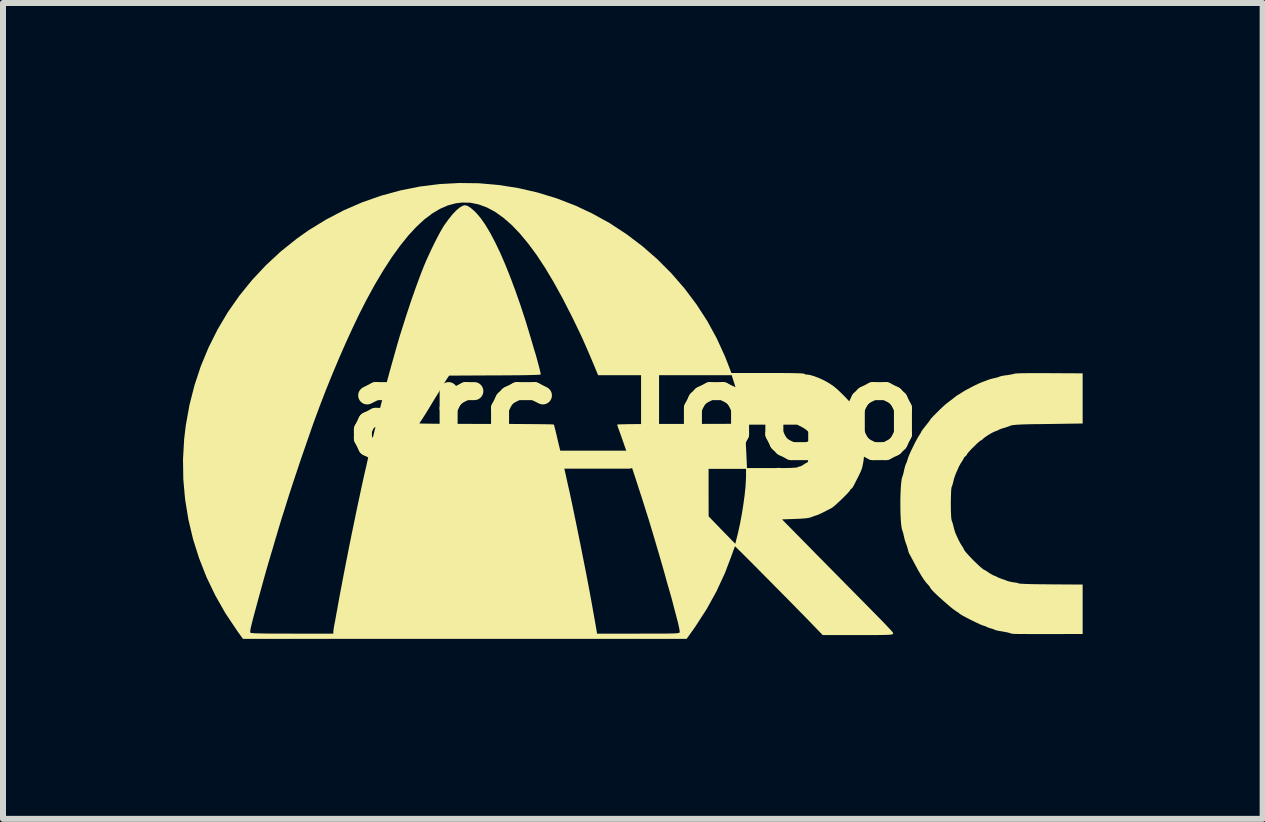
<source format=kicad_pcb>
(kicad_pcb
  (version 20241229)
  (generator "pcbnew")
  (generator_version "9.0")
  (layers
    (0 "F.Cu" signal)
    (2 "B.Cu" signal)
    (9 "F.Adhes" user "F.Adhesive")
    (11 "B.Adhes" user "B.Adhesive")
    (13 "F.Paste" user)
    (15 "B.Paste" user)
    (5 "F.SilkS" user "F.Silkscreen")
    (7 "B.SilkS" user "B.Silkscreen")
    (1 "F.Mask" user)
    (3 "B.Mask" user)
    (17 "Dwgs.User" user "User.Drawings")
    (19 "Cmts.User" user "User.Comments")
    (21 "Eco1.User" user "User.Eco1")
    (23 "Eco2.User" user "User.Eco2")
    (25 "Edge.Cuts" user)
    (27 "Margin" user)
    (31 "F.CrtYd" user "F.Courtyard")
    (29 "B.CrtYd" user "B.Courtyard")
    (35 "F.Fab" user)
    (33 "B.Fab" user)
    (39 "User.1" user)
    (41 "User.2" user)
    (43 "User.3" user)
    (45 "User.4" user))
  (footprint "arc_logo"
    (layer "F.Cu")
    (at 7.498 3.79)
    (property "Reference" "arc_logo" (at 0 0 0) (layer "F.SilkS") (effects (font (size 1.5 1.5) (thickness 0.3))))
    (attr board_only exclude_from_pos_files exclude_from_bom)
    (fp_poly (pts (xy 6.92 -0.621) (xy 6.94 -0.621) (xy 7.495 -0.618) (xy 7.495 -0.2) (xy 7.495 0.218) (xy 6.927 0.226) (xy 6.789 0.228) (xy 6.674 0.229) (xy 6.579 0.231) (xy 6.502 0.233) (xy 6.441 0.236) (xy 6.392 0.239) (xy 6.355 0.242) (xy 6.326 0.246) (xy 6.303 0.251) (xy 6.285 0.257) (xy 6.272 0.263) (xy 6.246 0.272) (xy 6.207 0.285) (xy 6.18 0.293) (xy 6.14 0.305) (xy 6.11 0.317) (xy 6.099 0.323) (xy 6.078 0.333) (xy 6.046 0.346) (xy 6.036 0.349) (xy 6.003 0.364) (xy 5.96 0.387) (xy 5.914 0.415) (xy 5.871 0.444) (xy 5.839 0.469) (xy 5.825 0.484) (xy 5.807 0.498) (xy 5.8 0.499) (xy 5.786 0.508) (xy 5.758 0.531) (xy 5.723 0.563) (xy 5.683 0.602) (xy 5.643 0.642) (xy 5.608 0.68) (xy 5.581 0.71) (xy 5.568 0.73) (xy 5.567 0.733) (xy 5.557 0.751) (xy 5.542 0.764) (xy 5.522 0.78) (xy 5.517 0.79) (xy 5.51 0.806) (xy 5.494 0.834) (xy 5.482 0.853) (xy 5.458 0.89) (xy 5.439 0.925) (xy 5.433 0.936) (xy 5.401 1.008) (xy 5.378 1.062) (xy 5.362 1.106) (xy 5.35 1.143) (xy 5.343 1.173) (xy 5.332 1.218) (xy 5.32 1.256) (xy 5.313 1.272) (xy 5.307 1.298) (xy 5.303 1.35) (xy 5.3 1.426) (xy 5.298 1.527) (xy 5.298 1.554) (xy 5.299 1.661) (xy 5.302 1.743) (xy 5.306 1.8) (xy 5.312 1.832) (xy 5.313 1.836) (xy 5.324 1.865) (xy 5.336 1.907) (xy 5.343 1.935) (xy 5.355 1.983) (xy 5.369 2.028) (xy 5.376 2.047) (xy 5.408 2.118) (xy 5.433 2.171) (xy 5.455 2.212) (xy 5.477 2.248) (xy 5.482 2.255) (xy 5.502 2.287) (xy 5.515 2.311) (xy 5.517 2.318) (xy 5.526 2.334) (xy 5.549 2.364) (xy 5.585 2.404) (xy 5.628 2.45) (xy 5.675 2.499) (xy 5.724 2.546) (xy 5.77 2.59) (xy 5.81 2.625) (xy 5.84 2.649) (xy 5.857 2.658) (xy 5.857 2.658) (xy 5.872 2.665) (xy 5.9 2.682) (xy 5.926 2.701) (xy 5.965 2.726) (xy 6 2.745) (xy 6.017 2.752) (xy 6.052 2.766) (xy 6.072 2.777) (xy 6.1 2.79) (xy 6.139 2.805) (xy 6.147 2.808) (xy 6.19 2.822) (xy 6.23 2.837) (xy 6.235 2.84) (xy 6.268 2.85) (xy 6.314 2.86) (xy 6.347 2.865) (xy 6.389 2.871) (xy 6.422 2.879) (xy 6.435 2.885) (xy 6.45 2.887) (xy 6.488 2.889) (xy 6.545 2.892) (xy 6.619 2.894) (xy 6.707 2.896) (xy 6.806 2.897) (xy 6.915 2.898) (xy 6.972 2.899) (xy 7.495 2.902) (xy 7.495 3.314) (xy 7.495 3.726) (xy 6.934 3.727) (xy 6.816 3.727) (xy 6.705 3.727) (xy 6.604 3.727) (xy 6.515 3.726) (xy 6.44 3.726) (xy 6.384 3.725) (xy 6.347 3.724) (xy 6.334 3.724) (xy 6.298 3.716) (xy 6.272 3.708) (xy 6.248 3.701) (xy 6.207 3.693) (xy 6.158 3.684) (xy 6.147 3.682) (xy 6.099 3.674) (xy 6.06 3.666) (xy 6.037 3.659) (xy 6.035 3.658) (xy 6.016 3.649) (xy 5.983 3.638) (xy 5.966 3.633) (xy 5.93 3.622) (xy 5.903 3.611) (xy 5.898 3.608) (xy 5.877 3.598) (xy 5.848 3.589) (xy 5.822 3.58) (xy 5.78 3.563) (xy 5.728 3.538) (xy 5.67 3.51) (xy 5.609 3.48) (xy 5.552 3.45) (xy 5.502 3.424) (xy 5.465 3.402) (xy 5.445 3.388) (xy 5.443 3.386) (xy 5.428 3.373) (xy 5.405 3.359) (xy 5.372 3.337) (xy 5.328 3.304) (xy 5.276 3.262) (xy 5.219 3.213) (xy 5.161 3.162) (xy 5.104 3.111) (xy 5.052 3.062) (xy 5.008 3.019) (xy 4.976 2.984) (xy 4.958 2.961) (xy 4.955 2.954) (xy 4.947 2.938) (xy 4.928 2.915) (xy 4.927 2.914) (xy 4.888 2.871) (xy 4.848 2.818) (xy 4.805 2.751) (xy 4.756 2.668) (xy 4.701 2.566) (xy 4.684 2.534) (xy 4.656 2.481) (xy 4.632 2.437) (xy 4.615 2.405) (xy 4.606 2.39) (xy 4.598 2.372) (xy 4.587 2.338) (xy 4.582 2.315) (xy 4.569 2.27) (xy 4.555 2.229) (xy 4.549 2.215) (xy 4.538 2.182) (xy 4.525 2.136) (xy 4.518 2.104) (xy 4.508 2.061) (xy 4.499 2.026) (xy 4.493 2.01) (xy 4.482 1.976) (xy 4.473 1.921) (xy 4.466 1.85) (xy 4.461 1.765) (xy 4.458 1.672) (xy 4.457 1.574) (xy 4.457 1.475) (xy 4.46 1.379) (xy 4.464 1.291) (xy 4.47 1.214) (xy 4.478 1.151) (xy 4.488 1.108) (xy 4.493 1.097) (xy 4.501 1.075) (xy 4.511 1.036) (xy 4.519 0.997) (xy 4.53 0.951) (xy 4.541 0.913) (xy 4.55 0.892) (xy 4.562 0.865) (xy 4.575 0.826) (xy 4.579 0.81) (xy 4.59 0.778) (xy 4.61 0.729) (xy 4.637 0.669) (xy 4.669 0.604) (xy 4.701 0.539) (xy 4.733 0.479) (xy 4.761 0.43) (xy 4.78 0.401) (xy 4.797 0.374) (xy 4.805 0.356) (xy 4.805 0.355) (xy 4.813 0.342) (xy 4.833 0.314) (xy 4.862 0.277) (xy 4.88 0.254) (xy 4.913 0.213) (xy 4.938 0.18) (xy 4.953 0.158) (xy 4.955 0.153) (xy 4.964 0.141) (xy 4.987 0.115) (xy 5.021 0.08) (xy 5.062 0.039) (xy 5.105 -0.004) (xy 5.148 -0.045) (xy 5.186 -0.08) (xy 5.216 -0.106) (xy 5.227 -0.115) (xy 5.256 -0.137) (xy 5.297 -0.169) (xy 5.34 -0.202) (xy 5.341 -0.203) (xy 5.377 -0.231) (xy 5.406 -0.252) (xy 5.421 -0.262) (xy 5.422 -0.262) (xy 5.436 -0.269) (xy 5.463 -0.286) (xy 5.489 -0.303) (xy 5.524 -0.325) (xy 5.575 -0.353) (xy 5.634 -0.384) (xy 5.695 -0.416) (xy 5.754 -0.444) (xy 5.804 -0.466) (xy 5.838 -0.479) (xy 5.841 -0.48) (xy 5.875 -0.492) (xy 5.913 -0.507) (xy 5.948 -0.519) (xy 5.995 -0.532) (xy 6.025 -0.539) (xy 6.066 -0.548) (xy 6.098 -0.558) (xy 6.111 -0.564) (xy 6.129 -0.57) (xy 6.165 -0.578) (xy 6.213 -0.585) (xy 6.23 -0.587) (xy 6.281 -0.595) (xy 6.325 -0.603) (xy 6.355 -0.611) (xy 6.359 -0.613) (xy 6.378 -0.615) (xy 6.42 -0.618) (xy 6.483 -0.62) (xy 6.567 -0.621) (xy 6.669 -0.622) (xy 6.787 -0.622)) (stroke (width 0) (type solid)) (fill yes) (layer "F.SilkS"))
    (fp_poly (pts (xy -2.567 -3.786) (xy -2.238 -3.757) (xy -1.911 -3.706) (xy -1.587 -3.631) (xy -1.267 -3.533) (xy -0.952 -3.411) (xy -0.68 -3.283) (xy -0.388 -3.122) (xy -0.109 -2.939) (xy 0.157 -2.738) (xy 0.408 -2.519) (xy 0.642 -2.284) (xy 0.86 -2.033) (xy 1.058 -1.769) (xy 1.238 -1.492) (xy 1.396 -1.203) (xy 1.532 -0.905) (xy 1.573 -0.802) (xy 1.641 -0.624) (xy 2.243 -0.624) (xy 2.396 -0.624) (xy 2.527 -0.623) (xy 2.638 -0.622) (xy 2.726 -0.62) (xy 2.792 -0.618) (xy 2.834 -0.615) (xy 2.852 -0.612) (xy 2.852 -0.612) (xy 2.869 -0.602) (xy 2.888 -0.599) (xy 2.945 -0.592) (xy 3.016 -0.572) (xy 3.096 -0.542) (xy 3.179 -0.504) (xy 3.259 -0.46) (xy 3.331 -0.413) (xy 3.351 -0.398) (xy 3.399 -0.358) (xy 3.455 -0.306) (xy 3.514 -0.248) (xy 3.571 -0.189) (xy 3.621 -0.133) (xy 3.66 -0.085) (xy 3.677 -0.061) (xy 3.702 -0.02) (xy 3.728 0.029) (xy 3.754 0.079) (xy 3.775 0.125) (xy 3.79 0.16) (xy 3.794 0.178) (xy 3.803 0.202) (xy 3.808 0.208) (xy 3.821 0.234) (xy 3.832 0.28) (xy 3.841 0.343) (xy 3.849 0.418) (xy 3.853 0.501) (xy 3.856 0.587) (xy 3.855 0.673) (xy 3.852 0.754) (xy 3.845 0.826) (xy 3.838 0.868) (xy 3.828 0.919) (xy 3.818 0.96) (xy 3.805 0.998) (xy 3.786 1.041) (xy 3.76 1.095) (xy 3.74 1.135) (xy 3.707 1.199) (xy 3.684 1.244) (xy 3.667 1.274) (xy 3.656 1.292) (xy 3.647 1.301) (xy 3.638 1.306) (xy 3.637 1.307) (xy 3.621 1.322) (xy 3.62 1.329) (xy 3.611 1.343) (xy 3.587 1.371) (xy 3.552 1.408) (xy 3.51 1.45) (xy 3.464 1.495) (xy 3.417 1.538) (xy 3.375 1.577) (xy 3.339 1.607) (xy 3.315 1.624) (xy 3.313 1.626) (xy 3.225 1.671) (xy 3.157 1.706) (xy 3.106 1.73) (xy 3.069 1.745) (xy 3.058 1.748) (xy 3.021 1.76) (xy 2.991 1.772) (xy 2.989 1.772) (xy 2.961 1.783) (xy 2.928 1.791) (xy 2.887 1.797) (xy 2.833 1.802) (xy 2.762 1.806) (xy 2.687 1.809) (xy 2.485 1.816) (xy 2.737 2.072) (xy 2.799 2.135) (xy 2.876 2.213) (xy 2.964 2.302) (xy 3.059 2.4) (xy 3.16 2.501) (xy 3.262 2.605) (xy 3.362 2.706) (xy 3.426 2.771) (xy 3.573 2.92) (xy 3.704 3.053) (xy 3.819 3.169) (xy 3.92 3.271) (xy 4.007 3.36) (xy 4.081 3.435) (xy 4.144 3.499) (xy 4.195 3.552) (xy 4.237 3.596) (xy 4.27 3.631) (xy 4.296 3.659) (xy 4.314 3.679) (xy 4.327 3.695) (xy 4.334 3.705) (xy 4.337 3.713) (xy 4.338 3.717) (xy 4.336 3.72) (xy 4.334 3.723) (xy 4.332 3.725) (xy 4.325 3.73) (xy 4.314 3.734) (xy 4.294 3.737) (xy 4.265 3.739) (xy 4.225 3.741) (xy 4.17 3.742) (xy 4.099 3.743) (xy 4.01 3.744) (xy 3.9 3.744) (xy 3.768 3.744) (xy 3.739 3.744) (xy 3.163 3.744) (xy 3.052 3.629) (xy 2.997 3.572) (xy 2.932 3.505) (xy 2.857 3.428) (xy 2.774 3.344) (xy 2.686 3.254) (xy 2.593 3.159) (xy 2.497 3.062) (xy 2.4 2.964) (xy 2.303 2.866) (xy 2.208 2.77) (xy 2.117 2.678) (xy 2.031 2.591) (xy 1.951 2.511) (xy 1.879 2.439) (xy 1.818 2.378) (xy 1.767 2.328) (xy 1.73 2.292) (xy 1.707 2.27) (xy 1.701 2.264) (xy 1.695 2.278) (xy 1.683 2.31) (xy 1.667 2.355) (xy 1.653 2.395) (xy 1.535 2.707) (xy 1.394 3.012) (xy 1.229 3.311) (xy 1.04 3.603) (xy 0.996 3.666) (xy 0.895 3.807) (xy -2.802 3.807) (xy -6.499 3.807) (xy -6.588 3.683) (xy -6.378 3.683) (xy -6.377 3.701) (xy -6.376 3.703) (xy -6.368 3.707) (xy -6.35 3.71) (xy -6.321 3.713) (xy -6.277 3.715) (xy -6.219 3.716) (xy -6.144 3.718) (xy -6.05 3.719) (xy -5.936 3.719) (xy -5.799 3.719) (xy -5.678 3.72) (xy -4.993 3.72) (xy -4.993 3.688) (xy -4.99 3.66) (xy -4.984 3.617) (xy -4.975 3.568) (xy -4.975 3.566) (xy -4.966 3.523) (xy -4.955 3.462) (xy -4.942 3.389) (xy -4.927 3.31) (xy -4.918 3.258) (xy -4.888 3.092) (xy -4.853 2.907) (xy -4.815 2.708) (xy -4.774 2.499) (xy -4.732 2.284) (xy -4.688 2.066) (xy -4.643 1.85) (xy -4.6 1.64) (xy -4.557 1.439) (xy -4.517 1.252) (xy -4.48 1.083) (xy -4.456 0.98) (xy -4.44 0.911) (xy -4.423 0.833) (xy -4.407 0.762) (xy -4.405 0.755) (xy -4.397 0.72) (xy -4.388 0.682) (xy -4.378 0.638) (xy -4.365 0.584) (xy -4.35 0.52) (xy -4.331 0.441) (xy -4.308 0.346) (xy -4.28 0.231) (xy -4.248 0.1) (xy -4.224 0.003) (xy -4.195 -0.112) (xy -4.162 -0.24) (xy -4.127 -0.375) (xy -4.091 -0.51) (xy -4.056 -0.641) (xy -4.043 -0.686) (xy -4.023 -0.76) (xy -3.999 -0.844) (xy -3.974 -0.933) (xy -3.949 -1.022) (xy -3.925 -1.107) (xy -3.903 -1.181) (xy -3.886 -1.24) (xy -3.877 -1.267) (xy -3.785 -1.559) (xy -3.696 -1.828) (xy -3.609 -2.075) (xy -3.526 -2.298) (xy -3.477 -2.421) (xy -3.443 -2.501) (xy -3.402 -2.591) (xy -3.358 -2.686) (xy -3.311 -2.782) (xy -3.265 -2.873) (xy -3.221 -2.956) (xy -3.182 -3.025) (xy -3.151 -3.076) (xy -3.151 -3.077) (xy -3.079 -3.177) (xy -3.011 -3.263) (xy -2.947 -3.331) (xy -2.888 -3.381) (xy -2.837 -3.411) (xy -2.799 -3.42) (xy -2.757 -3.409) (xy -2.704 -3.376) (xy -2.642 -3.322) (xy -2.607 -3.287) (xy -2.534 -3.201) (xy -2.457 -3.09) (xy -2.378 -2.958) (xy -2.297 -2.804) (xy -2.214 -2.631) (xy -2.13 -2.438) (xy -2.046 -2.228) (xy -1.961 -2.001) (xy -1.876 -1.759) (xy -1.792 -1.503) (xy -1.71 -1.233) (xy -1.685 -1.148) (xy -1.668 -1.09) (xy -1.65 -1.028) (xy -1.635 -0.98) (xy -1.621 -0.934) (xy -1.605 -0.877) (xy -1.588 -0.815) (xy -1.571 -0.752) (xy -1.556 -0.695) (xy -1.545 -0.646) (xy -1.537 -0.613) (xy -1.535 -0.601) (xy -1.542 -0.598) (xy -1.563 -0.595) (xy -1.599 -0.593) (xy -1.653 -0.591) (xy -1.724 -0.589) (xy -1.814 -0.587) (xy -1.926 -0.586) (xy -2.059 -0.585) (xy -2.215 -0.584) (xy -2.299 -0.584) (xy -3.063 -0.58) (xy -3.097 -0.53) (xy -3.112 -0.507) (xy -3.138 -0.465) (xy -3.172 -0.408) (xy -3.214 -0.34) (xy -3.26 -0.264) (xy -3.31 -0.183) (xy -3.315 -0.175) (xy -3.364 -0.094) (xy -3.41 -0.018) (xy -3.451 0.049) (xy -3.486 0.104) (xy -3.512 0.145) (xy -3.527 0.168) (xy -3.528 0.17) (xy -3.547 0.196) (xy -3.557 0.214) (xy -3.557 0.216) (xy -3.545 0.218) (xy -3.51 0.219) (xy -3.453 0.22) (xy -3.376 0.221) (xy -3.282 0.222) (xy -3.172 0.223) (xy -3.047 0.223) (xy -2.909 0.224) (xy -2.761 0.224) (xy -2.604 0.225) (xy -2.441 0.225) (xy -2.262 0.225) (xy -2.094 0.225) (xy -1.939 0.226) (xy -1.797 0.227) (xy -1.671 0.228) (xy -1.562 0.229) (xy -1.471 0.23) (xy -1.4 0.231) (xy -1.35 0.233) (xy -1.322 0.235) (xy -1.318 0.236) (xy -1.313 0.251) (xy -1.303 0.288) (xy -1.289 0.343) (xy -1.272 0.413) (xy -1.253 0.496) (xy -1.231 0.587) (xy -1.208 0.686) (xy -1.185 0.787) (xy -1.174 0.836) (xy -1.138 0.993) (xy -1.108 1.127) (xy -1.083 1.241) (xy -1.061 1.336) (xy -1.044 1.416) (xy -1.03 1.481) (xy -1.019 1.533) (xy -1.01 1.573) (xy -0.997 1.637) (xy -0.981 1.715) (xy -0.965 1.793) (xy -0.956 1.835) (xy -0.913 2.046) (xy -0.868 2.267) (xy -0.824 2.491) (xy -0.78 2.714) (xy -0.739 2.929) (xy -0.701 3.132) (xy -0.668 3.316) (xy -0.663 3.345) (xy -0.65 3.418) (xy -0.636 3.496) (xy -0.623 3.568) (xy -0.617 3.604) (xy -0.597 3.72) (xy 0.088 3.72) (xy 0.236 3.719) (xy 0.361 3.719) (xy 0.465 3.719) (xy 0.55 3.719) (xy 0.618 3.718) (xy 0.67 3.717) (xy 0.71 3.715) (xy 0.738 3.713) (xy 0.757 3.71) (xy 0.769 3.707) (xy 0.776 3.703) (xy 0.779 3.698) (xy 0.78 3.695) (xy 0.779 3.676) (xy 0.773 3.637) (xy 0.761 3.582) (xy 0.746 3.517) (xy 0.729 3.455) (xy 0.71 3.381) (xy 0.692 3.313) (xy 0.676 3.254) (xy 0.665 3.21) (xy 0.66 3.189) (xy 0.648 3.144) (xy 0.634 3.094) (xy 0.631 3.083) (xy 0.622 3.053) (xy 0.608 3.004) (xy 0.59 2.941) (xy 0.569 2.869) (xy 0.549 2.796) (xy 0.528 2.719) (xy 0.508 2.648) (xy 0.488 2.578) (xy 0.466 2.504) (xy 0.443 2.422) (xy 0.415 2.328) (xy 0.382 2.217) (xy 0.36 2.141) (xy 0.315 1.991) (xy 0.265 1.825) (xy 0.209 1.648) (xy 0.151 1.464) (xy 0.09 1.277) (xy 0.03 1.091) (xy -0.009 0.974) (xy 1.261 0.974) (xy 1.261 1.37) (xy 1.262 1.766) (xy 1.483 1.994) (xy 1.543 2.056) (xy 1.597 2.111) (xy 1.642 2.158) (xy 1.677 2.193) (xy 1.699 2.215) (xy 1.706 2.222) (xy 1.709 2.21) (xy 1.717 2.179) (xy 1.729 2.131) (xy 1.744 2.072) (xy 1.752 2.038) (xy 1.785 1.888) (xy 1.814 1.733) (xy 1.839 1.578) (xy 1.86 1.427) (xy 1.875 1.286) (xy 1.883 1.16) (xy 1.885 1.089) (xy 1.885 0.974) (xy 1.573 0.974) (xy 1.261 0.974) (xy -0.009 0.974) (xy -0.031 0.91) (xy -0.088 0.738) (xy -0.143 0.58) (xy -0.192 0.439) (xy -0.217 0.37) (xy -0.236 0.318) (xy -0.251 0.275) (xy -0.26 0.245) (xy -0.262 0.237) (xy 1.846 0.237) (xy 1.853 0.278) (xy 1.862 0.343) (xy 1.871 0.428) (xy 1.879 0.528) (xy 1.886 0.637) (xy 1.892 0.75) (xy 1.892 0.758) (xy 1.901 0.961) (xy 2.316 0.961) (xy 2.439 0.961) (xy 2.542 0.96) (xy 2.625 0.958) (xy 2.686 0.955) (xy 2.725 0.952) (xy 2.74 0.949) (xy 2.74 0.949) (xy 2.757 0.938) (xy 2.774 0.936) (xy 2.8 0.929) (xy 2.833 0.911) (xy 2.841 0.905) (xy 2.87 0.885) (xy 2.891 0.874) (xy 2.895 0.874) (xy 2.911 0.864) (xy 2.917 0.852) (xy 2.93 0.828) (xy 2.95 0.796) (xy 2.954 0.791) (xy 2.973 0.759) (xy 2.983 0.73) (xy 2.983 0.727) (xy 2.988 0.702) (xy 2.996 0.693) (xy 3.005 0.674) (xy 3.009 0.639) (xy 3.008 0.593) (xy 3.003 0.544) (xy 2.995 0.498) (xy 2.983 0.465) (xy 2.968 0.431) (xy 2.959 0.407) (xy 2.958 0.402) (xy 2.948 0.382) (xy 2.922 0.354) (xy 2.886 0.322) (xy 2.845 0.293) (xy 2.804 0.27) (xy 2.803 0.27) (xy 2.735 0.237) (xy 2.291 0.237) (xy 1.846 0.237) (xy -0.262 0.237) (xy -0.262 0.236) (xy -0.25 0.234) (xy -0.214 0.232) (xy -0.157 0.231) (xy -0.08 0.229) (xy 0.016 0.228) (xy 0.128 0.227) (xy 0.256 0.226) (xy 0.397 0.225) (xy 0.55 0.225) (xy 0.714 0.225) (xy 0.786 0.225) (xy 0.972 0.225) (xy 1.135 0.225) (xy 1.276 0.224) (xy 1.396 0.224) (xy 1.498 0.224) (xy 1.582 0.223) (xy 1.652 0.222) (xy 1.707 0.221) (xy 1.75 0.22) (xy 1.782 0.218) (xy 1.804 0.216) (xy 1.82 0.214) (xy 1.829 0.211) (xy 1.833 0.207) (xy 1.835 0.203) (xy 1.835 0.2) (xy 1.832 0.162) (xy 1.823 0.105) (xy 1.809 0.032) (xy 1.792 -0.05) (xy 1.772 -0.139) (xy 1.75 -0.23) (xy 1.728 -0.317) (xy 1.706 -0.397) (xy 1.686 -0.464) (xy 1.683 -0.471) (xy 1.646 -0.587) (xy 0.533 -0.587) (xy -0.58 -0.587) (xy -0.654 -0.765) (xy -0.711 -0.901) (xy -0.763 -1.021) (xy -0.812 -1.133) (xy -0.861 -1.242) (xy -0.915 -1.355) (xy -0.975 -1.479) (xy -1.024 -1.579) (xy -1.172 -1.868) (xy -1.318 -2.133) (xy -1.462 -2.374) (xy -1.604 -2.59) (xy -1.745 -2.781) (xy -1.885 -2.949) (xy -2.023 -3.093) (xy -2.161 -3.213) (xy -2.298 -3.31) (xy -2.434 -3.383) (xy -2.57 -3.433) (xy -2.706 -3.461) (xy -2.841 -3.465) (xy -2.952 -3.452) (xy -3.083 -3.417) (xy -3.214 -3.36) (xy -3.345 -3.282) (xy -3.477 -3.182) (xy -3.609 -3.06) (xy -3.743 -2.915) (xy -3.879 -2.746) (xy -4.017 -2.555) (xy -4.157 -2.339) (xy -4.3 -2.099) (xy -4.345 -2.018) (xy -4.449 -1.826) (xy -4.558 -1.612) (xy -4.669 -1.38) (xy -4.782 -1.134) (xy -4.895 -0.876) (xy -5.007 -0.61) (xy -5.117 -0.339) (xy -5.222 -0.066) (xy -5.318 0.193) (xy -5.36 0.313) (xy -5.406 0.445) (xy -5.455 0.587) (xy -5.506 0.734) (xy -5.557 0.883) (xy -5.606 1.03) (xy -5.653 1.171) (xy -5.696 1.302) (xy -5.734 1.419) (xy -5.765 1.518) (xy -5.778 1.56) (xy -5.797 1.62) (xy -5.814 1.676) (xy -5.829 1.721) (xy -5.835 1.741) (xy -5.847 1.776) (xy -5.862 1.826) (xy -5.879 1.882) (xy -5.885 1.903) (xy -5.904 1.964) (xy -5.922 2.026) (xy -5.938 2.079) (xy -5.941 2.091) (xy -5.957 2.142) (xy -5.975 2.204) (xy -5.991 2.259) (xy -6.008 2.318) (xy -6.027 2.379) (xy -6.041 2.428) (xy -6.059 2.487) (xy -6.082 2.566) (xy -6.11 2.663) (xy -6.141 2.773) (xy -6.174 2.893) (xy -6.209 3.02) (xy -6.245 3.15) (xy -6.28 3.28) (xy -6.314 3.406) (xy -6.321 3.432) (xy -6.345 3.525) (xy -6.363 3.597) (xy -6.374 3.649) (xy -6.378 3.683) (xy -6.588 3.683) (xy -6.6 3.666) (xy -6.792 3.379) (xy -6.961 3.081) (xy -7.108 2.775) (xy -7.231 2.461) (xy -7.332 2.141) (xy -7.409 1.815) (xy -7.463 1.484) (xy -7.493 1.151) (xy -7.498 0.815) (xy -7.479 0.478) (xy -7.452 0.25) (xy -7.391 -0.088) (xy -7.307 -0.418) (xy -7.201 -0.739) (xy -7.072 -1.049) (xy -6.922 -1.349) (xy -6.751 -1.637) (xy -6.559 -1.912) (xy -6.348 -2.172) (xy -6.118 -2.418) (xy -5.87 -2.648) (xy -5.604 -2.861) (xy -5.405 -3.002) (xy -5.115 -3.18) (xy -4.817 -3.336) (xy -4.51 -3.469) (xy -4.196 -3.579) (xy -3.876 -3.666) (xy -3.553 -3.731) (xy -3.226 -3.772) (xy -2.897 -3.79)) (stroke (width 0) (type solid)) (fill yes) (layer "F.SilkS")))
  (gr_rect
    (start -3 -3)
    (end 17.993 10.597)
    (stroke (width 0.1) (type default))
    (fill no)
    (layer "Edge.Cuts")))
</source>
